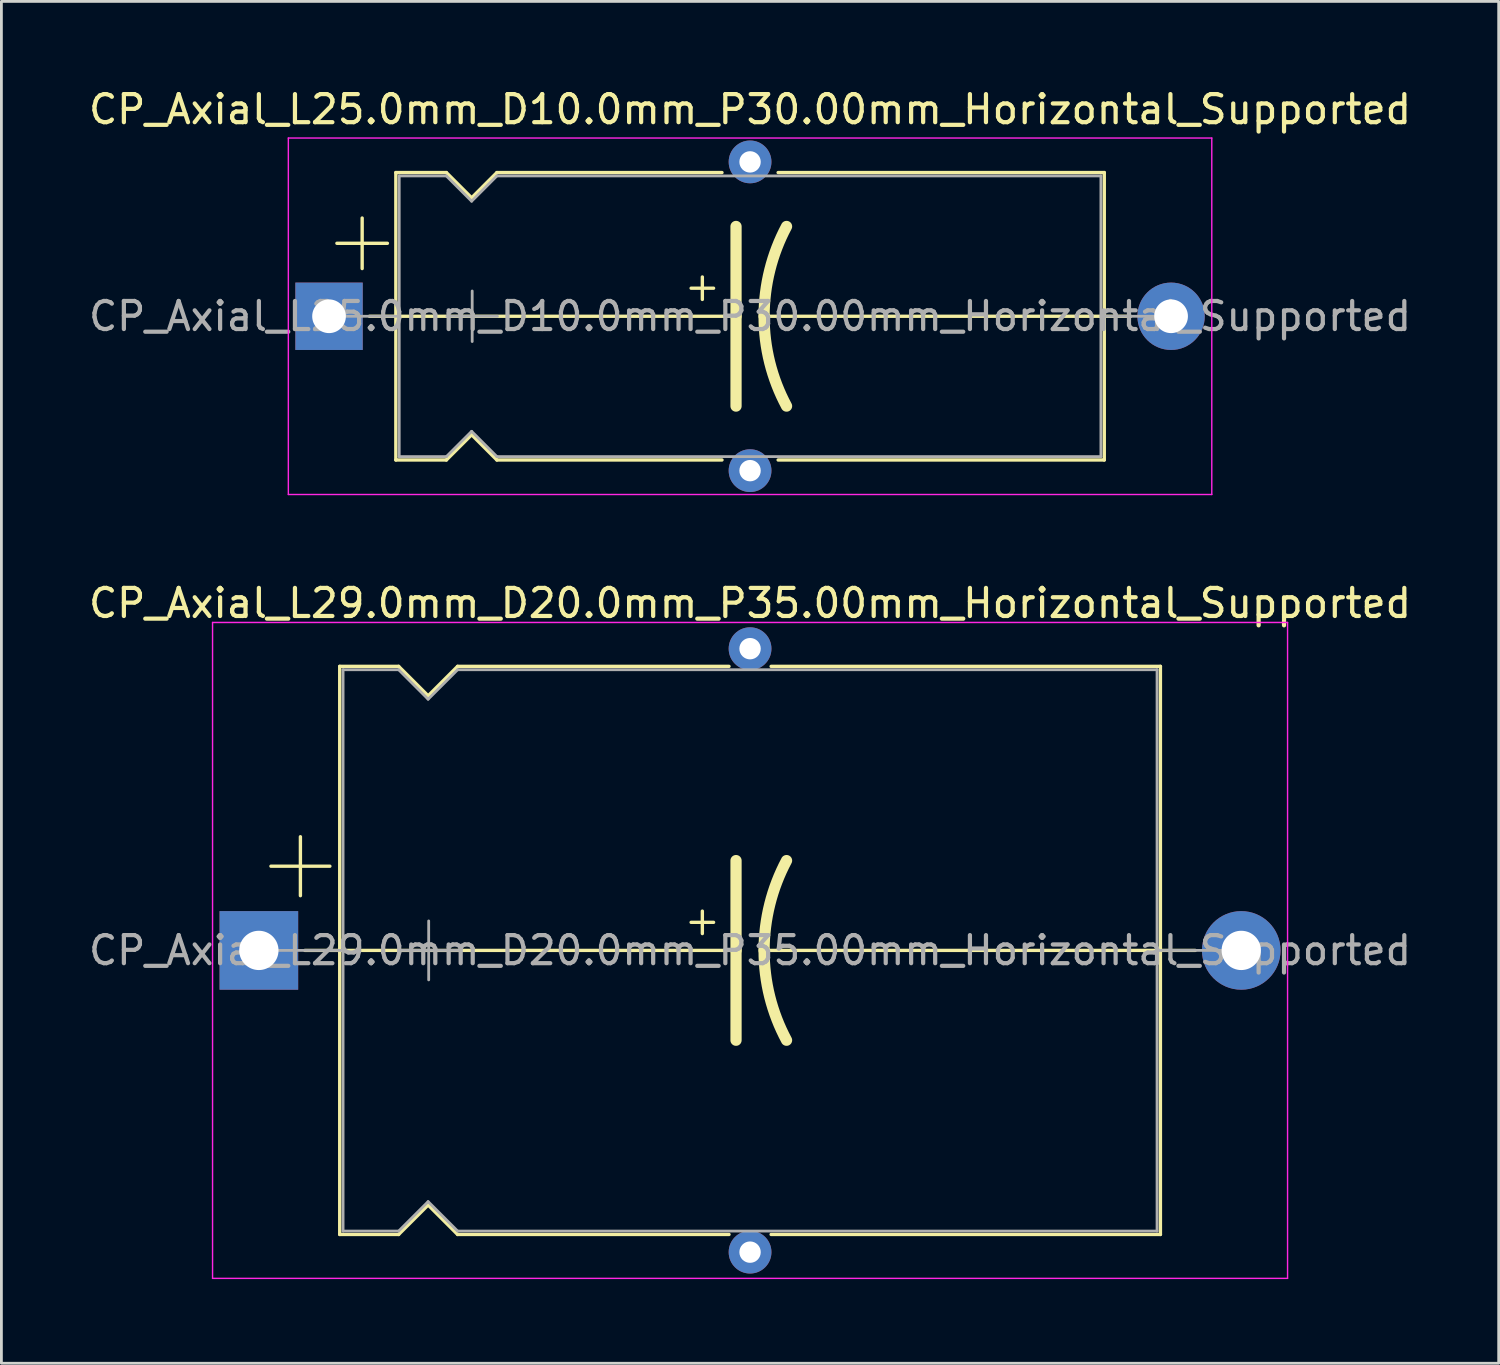
<source format=kicad_pcb>
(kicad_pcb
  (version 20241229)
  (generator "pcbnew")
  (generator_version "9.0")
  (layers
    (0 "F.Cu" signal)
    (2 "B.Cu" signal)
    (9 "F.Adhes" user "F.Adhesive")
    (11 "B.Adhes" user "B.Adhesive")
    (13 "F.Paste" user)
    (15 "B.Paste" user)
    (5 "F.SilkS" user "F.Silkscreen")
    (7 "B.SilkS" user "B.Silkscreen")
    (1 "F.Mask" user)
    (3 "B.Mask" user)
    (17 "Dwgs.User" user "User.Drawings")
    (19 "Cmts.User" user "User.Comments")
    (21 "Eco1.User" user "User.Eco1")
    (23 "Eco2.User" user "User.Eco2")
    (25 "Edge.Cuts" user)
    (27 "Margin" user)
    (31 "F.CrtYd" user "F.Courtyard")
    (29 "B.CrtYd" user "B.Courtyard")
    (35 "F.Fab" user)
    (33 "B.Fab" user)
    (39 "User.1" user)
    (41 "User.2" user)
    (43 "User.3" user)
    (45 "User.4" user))
  (footprint "CP_Axial_L25.0mm_D10.0mm_P30.00mm_Horizontal_Supported"
    (layer "F.Cu")
    (at 8.673 8.218)
    (property "Reference" "CP_Axial_L25.0mm_D10.0mm_P30.00mm_Horizontal_Supported" (at 15 -7.37 0) (layer "F.SilkS") (effects (font (size 1 1) (thickness 0.15))))
    (attr through_hole)
    (fp_line (start 0.28 -2.6) (end 2.08 -2.6) (stroke (width 0.12) (type solid)) (layer "F.SilkS"))
    (fp_line (start 1.18 -3.5) (end 1.18 -1.7) (stroke (width 0.12) (type solid)) (layer "F.SilkS"))
    (fp_line (start 1.44 0) (end 2.38 0) (stroke (width 0.12) (type solid)) (layer "F.SilkS"))
    (fp_line (start 2.38 -5.12) (end 2.38 5.12) (stroke (width 0.12) (type solid)) (layer "F.SilkS"))
    (fp_line (start 2.38 -5.12) (end 4.18 -5.12) (stroke (width 0.12) (type solid)) (layer "F.SilkS"))
    (fp_line (start 2.38 0) (end 14.5 0) (stroke (width 0.12) (type solid)) (layer "F.SilkS"))
    (fp_line (start 2.38 5.12) (end 4.18 5.12) (stroke (width 0.12) (type solid)) (layer "F.SilkS"))
    (fp_line (start 4.18 -5.12) (end 5.08 -4.22) (stroke (width 0.12) (type solid)) (layer "F.SilkS"))
    (fp_line (start 4.18 5.12) (end 5.08 4.22) (stroke (width 0.12) (type solid)) (layer "F.SilkS"))
    (fp_line (start 5.08 -4.22) (end 5.98 -5.12) (stroke (width 0.12) (type solid)) (layer "F.SilkS"))
    (fp_line (start 5.08 4.22) (end 5.98 5.12) (stroke (width 0.12) (type solid)) (layer "F.SilkS"))
    (fp_line (start 5.98 -5.12) (end 14 -5.12) (stroke (width 0.12) (type solid)) (layer "F.SilkS"))
    (fp_line (start 5.98 5.12) (end 14 5.12) (stroke (width 0.12) (type solid)) (layer "F.SilkS"))
    (fp_line (start 12.9 -1) (end 13.7 -1) (stroke (width 0.12) (type solid)) (layer "F.SilkS"))
    (fp_line (start 13.3 -1.4) (end 13.3 -0.6) (stroke (width 0.12) (type solid)) (layer "F.SilkS"))
    (fp_line (start 14.5 0) (end 14.5 -3.2) (stroke (width 0.4) (type solid)) (layer "F.SilkS"))
    (fp_line (start 14.5 0) (end 14.5 3.2) (stroke (width 0.4) (type solid)) (layer "F.SilkS"))
    (fp_line (start 16 -5.12) (end 27.62 -5.12) (stroke (width 0.12) (type solid)) (layer "F.SilkS"))
    (fp_line (start 16 5.12) (end 27.62 5.12) (stroke (width 0.12) (type solid)) (layer "F.SilkS"))
    (fp_line (start 27.62 -5.12) (end 27.62 5.12) (stroke (width 0.12) (type solid)) (layer "F.SilkS"))
    (fp_line (start 27.62 0) (end 15.5 0) (stroke (width 0.12) (type solid)) (layer "F.SilkS"))
    (fp_line (start 28.56 0) (end 27.62 0) (stroke (width 0.12) (type solid)) (layer "F.SilkS"))
    (fp_arc (start 15.5 0) (mid 15.703545 -1.649114) (end 16.3 -3.2) (stroke (width 0.4) (type solid)) (layer "F.SilkS"))
    (fp_arc (start 16.3 3.2) (mid 15.700709 1.649823) (end 15.5 0) (stroke (width 0.4) (type solid)) (layer "F.SilkS"))
    (fp_line (start -1.45 -6.35) (end -1.45 6.35) (stroke (width 0.05) (type solid)) (layer "F.CrtYd"))
    (fp_line (start -1.45 6.35) (end 31.45 6.35) (stroke (width 0.05) (type solid)) (layer "F.CrtYd"))
    (fp_line (start 31.45 -6.35) (end -1.45 -6.35) (stroke (width 0.05) (type solid)) (layer "F.CrtYd"))
    (fp_line (start 31.45 6.35) (end 31.45 -6.35) (stroke (width 0.05) (type solid)) (layer "F.CrtYd"))
    (fp_line (start 0 0) (end 2.5 0) (stroke (width 0.1) (type solid)) (layer "F.Fab"))
    (fp_line (start 2.5 -5) (end 2.5 5) (stroke (width 0.1) (type solid)) (layer "F.Fab"))
    (fp_line (start 2.5 -5) (end 4.18 -5) (stroke (width 0.1) (type solid)) (layer "F.Fab"))
    (fp_line (start 2.5 5) (end 4.18 5) (stroke (width 0.1) (type solid)) (layer "F.Fab"))
    (fp_line (start 4.18 -5) (end 5.08 -4.1) (stroke (width 0.1) (type solid)) (layer "F.Fab"))
    (fp_line (start 4.18 5) (end 5.08 4.1) (stroke (width 0.1) (type solid)) (layer "F.Fab"))
    (fp_line (start 4.2 0) (end 6 0) (stroke (width 0.1) (type solid)) (layer "F.Fab"))
    (fp_line (start 5.08 -4.1) (end 5.98 -5) (stroke (width 0.1) (type solid)) (layer "F.Fab"))
    (fp_line (start 5.08 4.1) (end 5.98 5) (stroke (width 0.1) (type solid)) (layer "F.Fab"))
    (fp_line (start 5.1 -0.9) (end 5.1 0.9) (stroke (width 0.1) (type solid)) (layer "F.Fab"))
    (fp_line (start 5.98 -5) (end 27.5 -5) (stroke (width 0.1) (type solid)) (layer "F.Fab"))
    (fp_line (start 5.98 5) (end 27.5 5) (stroke (width 0.1) (type solid)) (layer "F.Fab"))
    (fp_line (start 27.5 -5) (end 27.5 5) (stroke (width 0.1) (type solid)) (layer "F.Fab"))
    (fp_line (start 30 0) (end 27.5 0) (stroke (width 0.1) (type solid)) (layer "F.Fab"))
    (fp_text user "${REFERENCE}" (at 15 0 0) (layer "F.Fab") (effects (font (size 1 1) (thickness 0.15))))
    (pad "" thru_hole circle (at 15 -5.5) (size 1.524 1.524) (drill 0.762) (layers "*.Cu" "*.Mask"))
    (pad "" thru_hole circle (at 15 5.5) (size 1.524 1.524) (drill 0.762) (layers "*.Cu" "*.Mask"))
    (pad "1" thru_hole rect (at 0 0) (size 2.4 2.4) (drill 1.2) (layers "*.Cu" "*.Mask"))
    (pad "2" thru_hole oval (at 30 0) (size 2.4 2.4) (drill 1.2) (layers "*.Cu" "*.Mask")))
  (footprint "CP_Axial_L29.0mm_D20.0mm_P35.00mm_Horizontal_Supported"
    (layer "F.Cu")
    (at 6.173 30.811)
    (property "Reference" "CP_Axial_L29.0mm_D20.0mm_P35.00mm_Horizontal_Supported" (at 17.5 -12.37 0) (layer "F.SilkS") (effects (font (size 1 1) (thickness 0.15))))
    (attr through_hole)
    (fp_line (start 0.43 -3) (end 2.53 -3) (stroke (width 0.12) (type solid)) (layer "F.SilkS"))
    (fp_line (start 1.48 -4.05) (end 1.48 -1.95) (stroke (width 0.12) (type solid)) (layer "F.SilkS"))
    (fp_line (start 1.64 0) (end 2.88 0) (stroke (width 0.12) (type solid)) (layer "F.SilkS"))
    (fp_line (start 2.88 -10.12) (end 2.88 10.12) (stroke (width 0.12) (type solid)) (layer "F.SilkS"))
    (fp_line (start 2.88 -10.12) (end 4.98 -10.12) (stroke (width 0.12) (type solid)) (layer "F.SilkS"))
    (fp_line (start 2.88 0) (end 17 0) (stroke (width 0.12) (type solid)) (layer "F.SilkS"))
    (fp_line (start 2.88 10.12) (end 4.98 10.12) (stroke (width 0.12) (type solid)) (layer "F.SilkS"))
    (fp_line (start 4.98 -10.12) (end 6.03 -9.07) (stroke (width 0.12) (type solid)) (layer "F.SilkS"))
    (fp_line (start 4.98 10.12) (end 6.03 9.07) (stroke (width 0.12) (type solid)) (layer "F.SilkS"))
    (fp_line (start 6.03 -9.07) (end 7.08 -10.12) (stroke (width 0.12) (type solid)) (layer "F.SilkS"))
    (fp_line (start 6.03 9.07) (end 7.08 10.12) (stroke (width 0.12) (type solid)) (layer "F.SilkS"))
    (fp_line (start 7.08 -10.12) (end 16.75 -10.12) (stroke (width 0.12) (type solid)) (layer "F.SilkS"))
    (fp_line (start 7.08 10.12) (end 16.75 10.12) (stroke (width 0.12) (type solid)) (layer "F.SilkS"))
    (fp_line (start 15.4 -1) (end 16.2 -1) (stroke (width 0.12) (type solid)) (layer "F.SilkS"))
    (fp_line (start 15.8 -1.4) (end 15.8 -0.6) (stroke (width 0.12) (type solid)) (layer "F.SilkS"))
    (fp_line (start 17 0) (end 17 -3.2) (stroke (width 0.4) (type solid)) (layer "F.SilkS"))
    (fp_line (start 17 0) (end 17 3.2) (stroke (width 0.4) (type solid)) (layer "F.SilkS"))
    (fp_line (start 18.25 -10.12) (end 32.12 -10.12) (stroke (width 0.12) (type solid)) (layer "F.SilkS"))
    (fp_line (start 18.25 10.12) (end 32.12 10.12) (stroke (width 0.12) (type solid)) (layer "F.SilkS"))
    (fp_line (start 32.12 -10.12) (end 32.12 10.12) (stroke (width 0.12) (type solid)) (layer "F.SilkS"))
    (fp_line (start 32.12 0) (end 18 0) (stroke (width 0.12) (type solid)) (layer "F.SilkS"))
    (fp_line (start 33.36 0) (end 32.12 0) (stroke (width 0.12) (type solid)) (layer "F.SilkS"))
    (fp_arc (start 18 0) (mid 18.203545 -1.649114) (end 18.8 -3.2) (stroke (width 0.4) (type solid)) (layer "F.SilkS"))
    (fp_arc (start 18.8 3.2) (mid 18.200709 1.649823) (end 18 0) (stroke (width 0.4) (type solid)) (layer "F.SilkS"))
    (fp_line (start -1.65 -11.684) (end -1.65 11.684) (stroke (width 0.05) (type solid)) (layer "F.CrtYd"))
    (fp_line (start -1.65 11.684) (end 36.65 11.684) (stroke (width 0.05) (type solid)) (layer "F.CrtYd"))
    (fp_line (start 36.65 -11.684) (end -1.65 -11.684) (stroke (width 0.05) (type solid)) (layer "F.CrtYd"))
    (fp_line (start 36.65 11.684) (end 36.65 -11.684) (stroke (width 0.05) (type solid)) (layer "F.CrtYd"))
    (fp_line (start 0 0) (end 3 0) (stroke (width 0.1) (type solid)) (layer "F.Fab"))
    (fp_line (start 3 -10) (end 3 10) (stroke (width 0.1) (type solid)) (layer "F.Fab"))
    (fp_line (start 3 -10) (end 4.98 -10) (stroke (width 0.1) (type solid)) (layer "F.Fab"))
    (fp_line (start 3 10) (end 4.98 10) (stroke (width 0.1) (type solid)) (layer "F.Fab"))
    (fp_line (start 4.98 -10) (end 6.03 -8.95) (stroke (width 0.1) (type solid)) (layer "F.Fab"))
    (fp_line (start 4.98 10) (end 6.03 8.95) (stroke (width 0.1) (type solid)) (layer "F.Fab"))
    (fp_line (start 5 0) (end 7.1 0) (stroke (width 0.1) (type solid)) (layer "F.Fab"))
    (fp_line (start 6.03 -8.95) (end 7.08 -10) (stroke (width 0.1) (type solid)) (layer "F.Fab"))
    (fp_line (start 6.03 8.95) (end 7.08 10) (stroke (width 0.1) (type solid)) (layer "F.Fab"))
    (fp_line (start 6.05 -1.05) (end 6.05 1.05) (stroke (width 0.1) (type solid)) (layer "F.Fab"))
    (fp_line (start 7.08 -10) (end 32 -10) (stroke (width 0.1) (type solid)) (layer "F.Fab"))
    (fp_line (start 7.08 10) (end 32 10) (stroke (width 0.1) (type solid)) (layer "F.Fab"))
    (fp_line (start 32 -10) (end 32 10) (stroke (width 0.1) (type solid)) (layer "F.Fab"))
    (fp_line (start 35 0) (end 32 0) (stroke (width 0.1) (type solid)) (layer "F.Fab"))
    (fp_text user "${REFERENCE}" (at 17.5 0 0) (layer "F.Fab") (effects (font (size 1 1) (thickness 0.15))))
    (pad "" thru_hole circle (at 17.5 -10.75) (size 1.524 1.524) (drill 0.762) (layers "*.Cu" "*.Mask"))
    (pad "" thru_hole circle (at 17.5 10.75) (size 1.524 1.524) (drill 0.762) (layers "*.Cu" "*.Mask"))
    (pad "1" thru_hole rect (at 0 0) (size 2.8 2.8) (drill 1.4) (layers "*.Cu" "*.Mask"))
    (pad "2" thru_hole oval (at 35 0) (size 2.8 2.8) (drill 1.4) (layers "*.Cu" "*.Mask")))
  (gr_rect
    (start -3 -3)
    (end 50.345 45.52)
    (stroke (width 0.1) (type default))
    (fill no)
    (layer "Edge.Cuts")))
</source>
